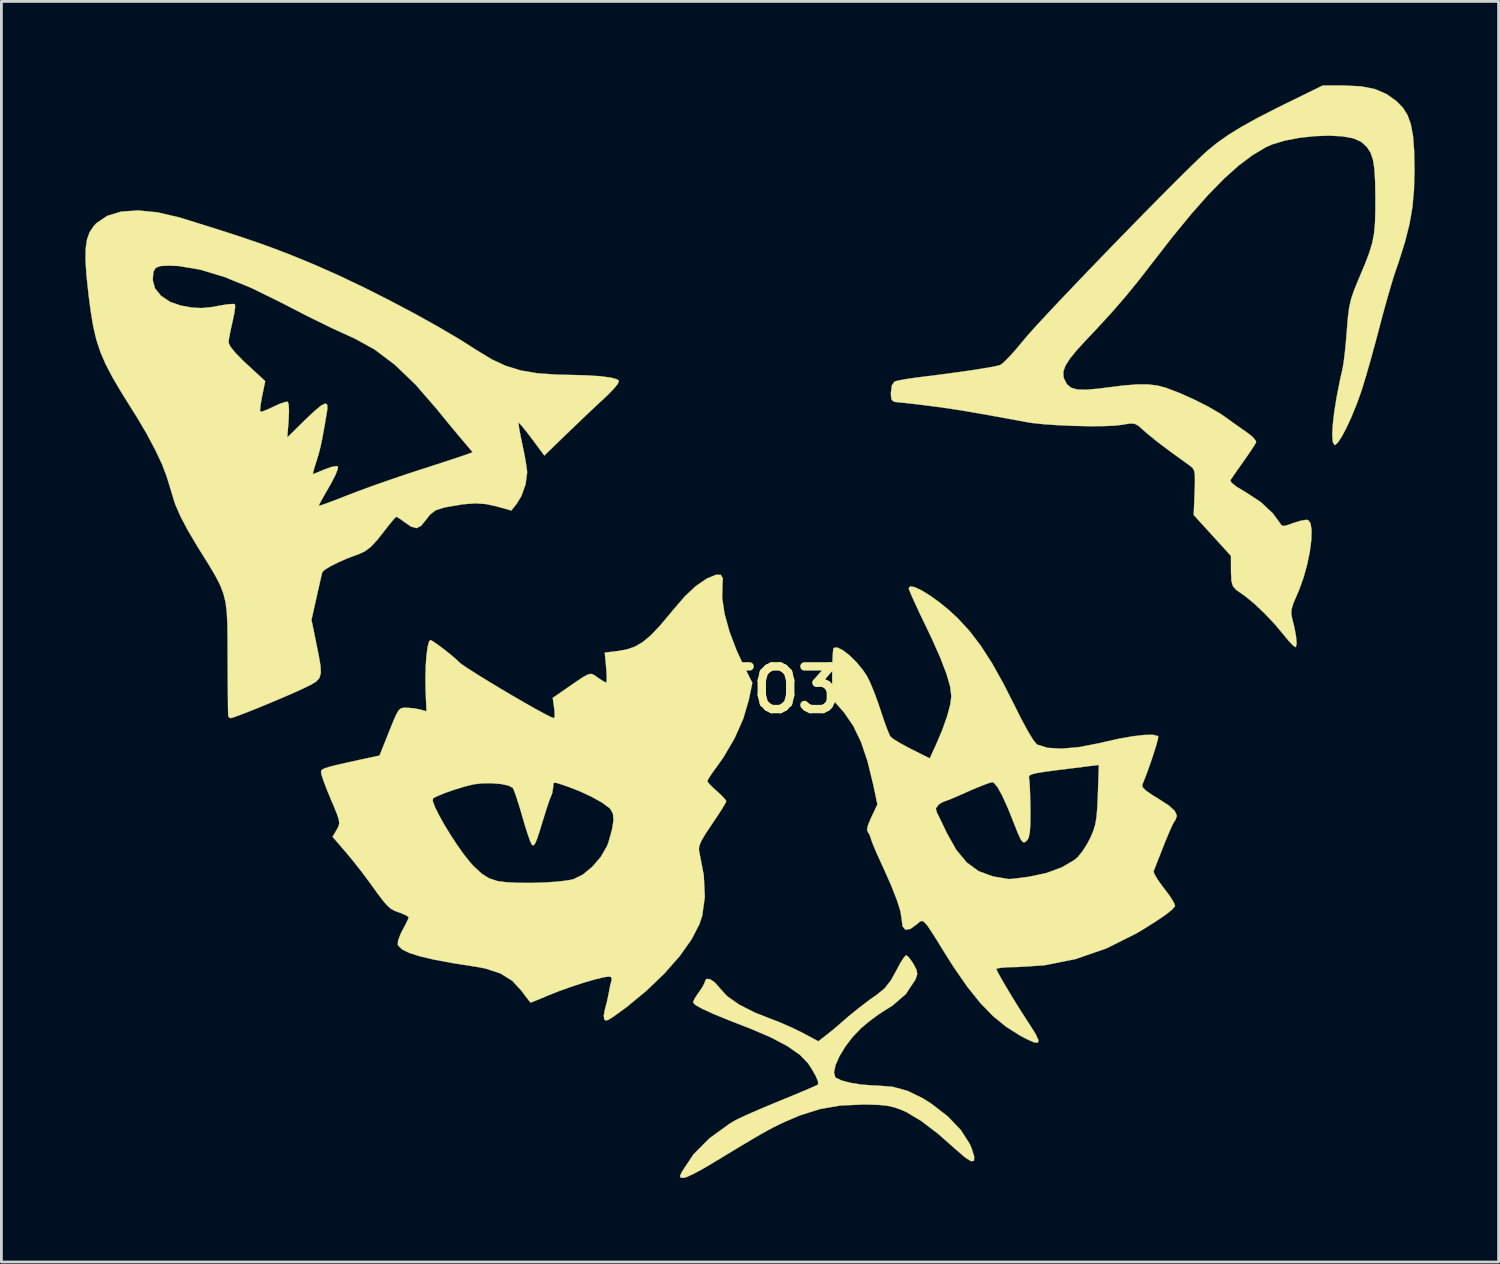
<source format=kicad_pcb>
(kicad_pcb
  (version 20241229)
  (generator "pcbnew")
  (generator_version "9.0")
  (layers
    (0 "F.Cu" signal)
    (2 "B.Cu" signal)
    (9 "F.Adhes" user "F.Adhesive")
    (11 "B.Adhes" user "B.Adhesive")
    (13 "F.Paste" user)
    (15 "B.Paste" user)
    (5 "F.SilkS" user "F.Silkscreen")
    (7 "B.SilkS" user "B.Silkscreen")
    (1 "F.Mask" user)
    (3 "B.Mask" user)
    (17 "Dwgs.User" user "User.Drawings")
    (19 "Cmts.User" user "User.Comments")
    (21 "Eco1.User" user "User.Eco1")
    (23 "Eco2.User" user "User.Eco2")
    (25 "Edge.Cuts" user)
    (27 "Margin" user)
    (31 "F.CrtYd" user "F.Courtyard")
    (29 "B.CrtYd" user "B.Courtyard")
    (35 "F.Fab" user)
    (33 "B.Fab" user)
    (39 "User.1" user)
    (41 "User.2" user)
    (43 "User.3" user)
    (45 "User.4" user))
  (footprint "GATO3"
    (layer "F.Cu")
    (at 23.406 21.595)
    (property "Reference" "GATO3" (at 0 0 0) (layer "F.SilkS") (effects (font (size 1.524 1.524) (thickness 0.3))))
    (attr through_hole)
    (fp_poly (pts (xy 6.005 9.549) (xy 6.13 9.716) (xy 6.18 9.796) (xy 6.292 10.008) (xy 6.317 10.156) (xy 6.264 10.321) (xy 6.241 10.37) (xy 5.909 10.871) (xy 5.431 11.285) (xy 5.221 11.415) (xy 4.918 11.61) (xy 4.576 11.866) (xy 4.309 12.092) (xy 4.006 12.407) (xy 3.743 12.752) (xy 3.535 13.097) (xy 3.396 13.414) (xy 3.342 13.672) (xy 3.388 13.844) (xy 3.409 13.863) (xy 3.613 13.96) (xy 3.936 14.045) (xy 4.328 14.107) (xy 4.739 14.138) (xy 4.848 14.139) (xy 5.431 14.184) (xy 5.966 14.329) (xy 6.508 14.592) (xy 6.826 14.793) (xy 7.414 15.248) (xy 7.875 15.733) (xy 8.192 16.227) (xy 8.259 16.382) (xy 8.35 16.673) (xy 8.345 16.828) (xy 8.244 16.845) (xy 8.046 16.726) (xy 7.748 16.47) (xy 7.742 16.465) (xy 7.059 15.862) (xy 6.458 15.405) (xy 5.937 15.094) (xy 5.766 15.016) (xy 5.513 14.924) (xy 5.259 14.865) (xy 4.956 14.833) (xy 4.553 14.82) (xy 4.359 14.819) (xy 3.565 14.855) (xy 2.843 14.98) (xy 2.127 15.206) (xy 1.572 15.443) (xy 1.371 15.538) (xy 1.176 15.635) (xy 0.967 15.746) (xy 0.723 15.883) (xy 0.421 16.059) (xy 0.041 16.285) (xy -0.44 16.575) (xy -1.042 16.94) (xy -1.083 16.964) (xy -1.421 17.16) (xy -1.72 17.317) (xy -1.942 17.416) (xy -2.037 17.441) (xy -2.147 17.428) (xy -2.154 17.355) (xy -2.084 17.209) (xy -1.676 16.596) (xy -1.114 16.031) (xy -0.393 15.508) (xy -0.213 15.399) (xy -0.036 15.309) (xy 0.264 15.171) (xy 0.654 15.001) (xy 1.1 14.813) (xy 1.402 14.689) (xy 1.843 14.508) (xy 2.227 14.347) (xy 2.528 14.218) (xy 2.719 14.132) (xy 2.774 14.103) (xy 2.772 13.995) (xy 2.685 13.788) (xy 2.529 13.519) (xy 2.414 13.346) (xy 2.127 13.046) (xy 1.683 12.736) (xy 1.095 12.423) (xy 0.377 12.115) (xy 0.276 12.076) (xy -0.425 11.804) (xy -0.969 11.58) (xy -1.358 11.402) (xy -1.598 11.269) (xy -1.692 11.178) (xy -1.693 11.168) (xy -1.646 11.05) (xy -1.527 10.864) (xy -1.482 10.803) (xy -1.348 10.605) (xy -1.275 10.454) (xy -1.27 10.427) (xy -1.219 10.33) (xy -1.093 10.34) (xy -0.93 10.443) (xy -0.77 10.621) (xy -0.755 10.643) (xy -0.475 10.949) (xy -0.047 11.249) (xy 0.509 11.532) (xy 1.005 11.727) (xy 1.416 11.886) (xy 1.859 12.081) (xy 2.217 12.257) (xy 2.782 12.56) (xy 3.063 12.342) (xy 3.29 12.161) (xy 3.488 11.993) (xy 3.517 11.968) (xy 3.855 11.674) (xy 4.244 11.359) (xy 4.623 11.07) (xy 4.896 10.878) (xy 5.154 10.667) (xy 5.373 10.384) (xy 5.554 10.06) (xy 5.701 9.784) (xy 5.828 9.581) (xy 5.911 9.485) (xy 5.919 9.483) (xy 6.005 9.549)) (stroke (width 0.01) (type solid)) (fill yes) (layer "F.SilkS"))
    (fp_poly (pts (xy 6.234 -3.664) (xy 6.477 -3.548) (xy 6.777 -3.363) (xy 7.11 -3.123) (xy 7.454 -2.842) (xy 7.771 -2.549) (xy 8.19 -2.093) (xy 8.592 -1.565) (xy 8.993 -0.942) (xy 9.407 -0.199) (xy 9.777 0.532) (xy 10.042 1.06) (xy 10.27 1.481) (xy 10.452 1.779) (xy 10.58 1.941) (xy 10.607 1.96) (xy 10.972 2.074) (xy 11.471 2.104) (xy 12.092 2.048) (xy 12.823 1.908) (xy 12.969 1.873) (xy 13.523 1.748) (xy 14.019 1.661) (xy 14.433 1.614) (xy 14.739 1.609) (xy 14.911 1.65) (xy 14.925 1.66) (xy 14.917 1.753) (xy 14.86 1.967) (xy 14.768 2.266) (xy 14.653 2.611) (xy 14.525 2.967) (xy 14.398 3.296) (xy 14.359 3.391) (xy 14.371 3.483) (xy 14.491 3.606) (xy 14.736 3.774) (xy 14.941 3.899) (xy 15.306 4.135) (xy 15.52 4.332) (xy 15.594 4.504) (xy 15.537 4.663) (xy 15.504 4.703) (xy 15.443 4.812) (xy 15.338 5.042) (xy 15.207 5.354) (xy 15.113 5.588) (xy 14.977 5.935) (xy 14.862 6.227) (xy 14.784 6.426) (xy 14.76 6.487) (xy 14.792 6.593) (xy 14.911 6.79) (xy 15.092 7.04) (xy 15.145 7.108) (xy 15.338 7.366) (xy 15.474 7.582) (xy 15.529 7.716) (xy 15.527 7.733) (xy 15.418 7.858) (xy 15.177 8.048) (xy 14.824 8.288) (xy 14.377 8.567) (xy 14.139 8.708) (xy 13.075 9.24) (xy 11.975 9.62) (xy 10.859 9.844) (xy 9.897 9.906) (xy 9.563 9.913) (xy 9.306 9.933) (xy 9.162 9.961) (xy 9.144 9.977) (xy 9.187 10.079) (xy 9.304 10.294) (xy 9.477 10.592) (xy 9.689 10.945) (xy 9.922 11.323) (xy 10.159 11.695) (xy 10.338 11.969) (xy 10.549 12.305) (xy 10.647 12.518) (xy 10.626 12.612) (xy 10.481 12.595) (xy 10.207 12.471) (xy 10.002 12.362) (xy 9.503 12.048) (xy 9.035 11.669) (xy 8.58 11.202) (xy 8.118 10.629) (xy 7.632 9.93) (xy 7.295 9.398) (xy 7.02 8.951) (xy 6.817 8.63) (xy 6.673 8.419) (xy 6.57 8.301) (xy 6.492 8.259) (xy 6.425 8.276) (xy 6.351 8.335) (xy 6.32 8.363) (xy 6.071 8.545) (xy 5.895 8.574) (xy 5.791 8.45) (xy 5.757 8.177) (xy 5.715 7.912) (xy 5.59 7.515) (xy 5.389 7.001) (xy 5.116 6.383) (xy 5.048 6.236) (xy 4.888 5.887) (xy 4.76 5.59) (xy 4.678 5.38) (xy 4.657 5.301) (xy 4.602 5.154) (xy 4.56 5.102) (xy 4.522 4.999) (xy 4.563 4.818) (xy 4.678 4.55) (xy 4.827 4.236) (xy 6.981 4.236) (xy 7.012 4.374) (xy 7.087 4.524) (xy 7.209 4.776) (xy 7.354 5.079) (xy 7.372 5.116) (xy 7.712 5.722) (xy 8.087 6.173) (xy 8.511 6.482) (xy 8.998 6.661) (xy 9.123 6.686) (xy 9.37 6.727) (xy 9.543 6.757) (xy 9.582 6.763) (xy 9.688 6.757) (xy 9.916 6.732) (xy 10.222 6.692) (xy 10.292 6.683) (xy 10.921 6.551) (xy 11.476 6.348) (xy 11.919 6.089) (xy 12.049 5.98) (xy 12.215 5.778) (xy 12.396 5.492) (xy 12.51 5.27) (xy 12.609 5.036) (xy 12.677 4.809) (xy 12.721 4.547) (xy 12.75 4.203) (xy 12.77 3.735) (xy 12.77 3.734) (xy 12.806 2.685) (xy 12.308 2.747) (xy 11.674 2.826) (xy 11.188 2.887) (xy 10.832 2.936) (xy 10.585 2.977) (xy 10.429 3.015) (xy 10.343 3.053) (xy 10.31 3.097) (xy 10.308 3.152) (xy 10.319 3.217) (xy 10.333 3.389) (xy 10.347 3.684) (xy 10.357 4.054) (xy 10.361 4.326) (xy 10.359 4.782) (xy 10.338 5.094) (xy 10.296 5.288) (xy 10.252 5.367) (xy 10.166 5.448) (xy 10.089 5.443) (xy 10.006 5.332) (xy 9.899 5.096) (xy 9.794 4.826) (xy 9.559 4.24) (xy 9.355 3.788) (xy 9.184 3.479) (xy 9.051 3.322) (xy 9.001 3.302) (xy 8.87 3.335) (xy 8.628 3.425) (xy 8.313 3.555) (xy 8.118 3.641) (xy 7.79 3.786) (xy 7.52 3.901) (xy 7.346 3.969) (xy 7.302 3.982) (xy 7.191 4.03) (xy 7.085 4.101) (xy 6.981 4.236) (xy 4.827 4.236) (xy 4.893 4.096) (xy 4.743 3.382) (xy 4.539 2.549) (xy 4.305 1.859) (xy 4.03 1.289) (xy 3.704 0.813) (xy 3.532 0.616) (xy 3.417 0.489) (xy 3.343 0.372) (xy 3.301 0.226) (xy 3.281 0.011) (xy 3.277 -0.312) (xy 3.278 -0.552) (xy 3.284 -0.924) (xy 3.296 -1.23) (xy 3.313 -1.432) (xy 3.328 -1.494) (xy 3.455 -1.512) (xy 3.653 -1.417) (xy 3.892 -1.233) (xy 4.144 -0.986) (xy 4.379 -0.7) (xy 4.529 -0.472) (xy 4.642 -0.241) (xy 4.781 0.098) (xy 4.925 0.49) (xy 5.002 0.72) (xy 5.123 1.083) (xy 5.236 1.392) (xy 5.324 1.607) (xy 5.363 1.679) (xy 5.476 1.768) (xy 5.7 1.904) (xy 5.994 2.065) (xy 6.107 2.122) (xy 6.763 2.452) (xy 6.985 1.967) (xy 7.213 1.43) (xy 7.388 0.935) (xy 7.499 0.517) (xy 7.535 0.228) (xy 7.493 -0.111) (xy 7.363 -0.563) (xy 7.144 -1.136) (xy 6.833 -1.837) (xy 6.595 -2.334) (xy 6.395 -2.75) (xy 6.224 -3.117) (xy 6.096 -3.405) (xy 6.023 -3.587) (xy 6.011 -3.632) (xy 6.071 -3.697) (xy 6.234 -3.664)) (stroke (width 0.01) (type solid)) (fill yes) (layer "F.SilkS"))
    (fp_poly (pts (xy 22.178 -21.56) (xy 22.674 -21.461) (xy 23.088 -21.282) (xy 23.437 -21.033) (xy 23.663 -20.804) (xy 23.832 -20.537) (xy 23.952 -20.207) (xy 24.03 -19.787) (xy 24.071 -19.253) (xy 24.083 -18.578) (xy 24.083 -18.542) (xy 24.065 -17.86) (xy 24.008 -17.239) (xy 23.903 -16.633) (xy 23.74 -15.992) (xy 23.512 -15.267) (xy 23.408 -14.968) (xy 23.313 -14.676) (xy 23.19 -14.263) (xy 23.05 -13.77) (xy 22.905 -13.24) (xy 22.808 -12.869) (xy 22.664 -12.325) (xy 22.512 -11.774) (xy 22.366 -11.265) (xy 22.239 -10.842) (xy 22.173 -10.637) (xy 22.007 -10.179) (xy 21.828 -9.743) (xy 21.649 -9.354) (xy 21.482 -9.041) (xy 21.342 -8.829) (xy 21.242 -8.744) (xy 21.226 -8.745) (xy 21.165 -8.852) (xy 21.145 -9.102) (xy 21.164 -9.473) (xy 21.219 -9.945) (xy 21.308 -10.496) (xy 21.429 -11.104) (xy 21.513 -11.472) (xy 21.551 -11.692) (xy 21.593 -12.033) (xy 21.634 -12.445) (xy 21.665 -12.834) (xy 21.703 -13.296) (xy 21.747 -13.646) (xy 21.813 -13.943) (xy 21.912 -14.244) (xy 22.059 -14.607) (xy 22.097 -14.697) (xy 22.314 -15.213) (xy 22.47 -15.624) (xy 22.576 -15.976) (xy 22.64 -16.317) (xy 22.673 -16.696) (xy 22.685 -17.161) (xy 22.686 -17.568) (xy 22.677 -18.159) (xy 22.65 -18.608) (xy 22.598 -18.943) (xy 22.512 -19.193) (xy 22.387 -19.386) (xy 22.214 -19.548) (xy 22.163 -19.587) (xy 21.897 -19.704) (xy 21.506 -19.774) (xy 21.028 -19.799) (xy 20.502 -19.78) (xy 19.964 -19.72) (xy 19.452 -19.622) (xy 19.004 -19.488) (xy 18.77 -19.385) (xy 18.298 -19.103) (xy 17.806 -18.734) (xy 17.286 -18.27) (xy 16.726 -17.699) (xy 16.116 -17.01) (xy 15.445 -16.193) (xy 14.737 -15.282) (xy 14.223 -14.62) (xy 13.745 -14.034) (xy 13.255 -13.47) (xy 12.707 -12.874) (xy 12.428 -12.58) (xy 12.046 -12.167) (xy 11.779 -11.844) (xy 11.615 -11.588) (xy 11.539 -11.38) (xy 11.54 -11.196) (xy 11.563 -11.116) (xy 11.66 -10.922) (xy 11.808 -10.795) (xy 12.032 -10.729) (xy 12.358 -10.72) (xy 12.811 -10.761) (xy 13.039 -10.791) (xy 13.668 -10.87) (xy 14.165 -10.91) (xy 14.563 -10.91) (xy 14.894 -10.871) (xy 15.192 -10.793) (xy 15.199 -10.79) (xy 15.688 -10.604) (xy 16.21 -10.37) (xy 16.711 -10.117) (xy 17.135 -9.871) (xy 17.314 -9.749) (xy 17.62 -9.528) (xy 17.939 -9.304) (xy 18.101 -9.192) (xy 18.299 -9.035) (xy 18.413 -8.899) (xy 18.425 -8.842) (xy 18.359 -8.728) (xy 18.221 -8.517) (xy 18.035 -8.248) (xy 17.972 -8.158) (xy 17.775 -7.88) (xy 17.615 -7.649) (xy 17.517 -7.505) (xy 17.503 -7.485) (xy 17.544 -7.399) (xy 17.719 -7.26) (xy 18.005 -7.086) (xy 18.043 -7.065) (xy 18.586 -6.709) (xy 19.02 -6.306) (xy 19.268 -5.966) (xy 19.332 -5.876) (xy 19.414 -5.851) (xy 19.565 -5.889) (xy 19.758 -5.96) (xy 20.013 -6.039) (xy 20.216 -6.072) (xy 20.28 -6.064) (xy 20.37 -5.945) (xy 20.407 -5.695) (xy 20.396 -5.347) (xy 20.342 -4.93) (xy 20.248 -4.474) (xy 20.119 -4.009) (xy 19.96 -3.566) (xy 19.892 -3.409) (xy 19.756 -3.093) (xy 19.69 -2.873) (xy 19.682 -2.698) (xy 19.714 -2.54) (xy 19.801 -2.188) (xy 19.854 -1.878) (xy 19.871 -1.647) (xy 19.845 -1.531) (xy 19.83 -1.524) (xy 19.74 -1.586) (xy 19.585 -1.75) (xy 19.396 -1.98) (xy 19.396 -1.98) (xy 19.088 -2.347) (xy 18.73 -2.725) (xy 18.365 -3.071) (xy 18.036 -3.343) (xy 17.907 -3.433) (xy 17.709 -3.571) (xy 17.595 -3.703) (xy 17.543 -3.882) (xy 17.528 -4.161) (xy 17.527 -4.276) (xy 17.525 -4.784) (xy 16.86 -5.514) (xy 16.195 -6.244) (xy 16.226 -7.055) (xy 16.238 -7.431) (xy 16.235 -7.677) (xy 16.21 -7.828) (xy 16.156 -7.924) (xy 16.064 -8.002) (xy 16.042 -8.018) (xy 15.413 -8.471) (xy 14.913 -8.847) (xy 14.546 -9.142) (xy 14.393 -9.277) (xy 14.217 -9.434) (xy 14.078 -9.507) (xy 13.909 -9.513) (xy 13.644 -9.469) (xy 13.631 -9.467) (xy 13.346 -9.435) (xy 12.933 -9.419) (xy 12.436 -9.418) (xy 11.895 -9.429) (xy 11.353 -9.453) (xy 10.851 -9.487) (xy 10.431 -9.531) (xy 10.245 -9.56) (xy 9.509 -9.696) (xy 8.911 -9.805) (xy 8.421 -9.891) (xy 8.012 -9.961) (xy 7.654 -10.018) (xy 7.319 -10.068) (xy 6.985 -10.114) (xy 6.567 -10.168) (xy 6.175 -10.215) (xy 5.862 -10.25) (xy 5.715 -10.263) (xy 5.498 -10.288) (xy 5.402 -10.354) (xy 5.377 -10.513) (xy 5.376 -10.616) (xy 5.411 -10.879) (xy 5.503 -11.011) (xy 5.639 -11.049) (xy 5.899 -11.097) (xy 6.239 -11.148) (xy 6.435 -11.173) (xy 7.127 -11.26) (xy 7.761 -11.345) (xy 8.314 -11.425) (xy 8.766 -11.497) (xy 9.093 -11.556) (xy 9.275 -11.601) (xy 9.281 -11.603) (xy 9.403 -11.694) (xy 9.6 -11.891) (xy 9.846 -12.165) (xy 10.115 -12.488) (xy 10.128 -12.504) (xy 10.308 -12.715) (xy 10.593 -13.031) (xy 10.967 -13.434) (xy 11.413 -13.908) (xy 11.917 -14.438) (xy 12.462 -15.008) (xy 13.035 -15.601) (xy 13.617 -16.201) (xy 14.195 -16.793) (xy 14.753 -17.36) (xy 15.274 -17.886) (xy 15.744 -18.356) (xy 16.147 -18.752) (xy 16.467 -19.06) (xy 16.679 -19.255) (xy 17.034 -19.544) (xy 17.431 -19.824) (xy 17.899 -20.113) (xy 18.462 -20.425) (xy 19.146 -20.776) (xy 19.44 -20.921) (xy 20.803 -21.59) (xy 21.562 -21.59) (xy 22.178 -21.56)) (stroke (width 0.01) (type solid)) (fill yes) (layer "F.SilkS"))
    (fp_poly (pts (xy -0.704 -4.106) (xy -0.63 -3.979) (xy -0.641 -3.748) (xy -0.654 -3.282) (xy -0.568 -2.713) (xy -0.39 -2.071) (xy -0.129 -1.385) (xy 0.094 -0.907) (xy 0.424 -0.248) (xy 0.298 0.363) (xy 0.101 1.033) (xy -0.211 1.737) (xy -0.611 2.418) (xy -0.806 2.693) (xy -0.989 2.945) (xy -1.124 3.146) (xy -1.184 3.257) (xy -1.185 3.263) (xy -1.126 3.35) (xy -0.974 3.504) (xy -0.847 3.618) (xy -0.656 3.795) (xy -0.533 3.933) (xy -0.508 3.983) (xy -0.553 4.08) (xy -0.676 4.283) (xy -0.856 4.56) (xy -1.019 4.802) (xy -1.258 5.16) (xy -1.406 5.415) (xy -1.476 5.596) (xy -1.483 5.731) (xy -1.478 5.757) (xy -1.31 6.632) (xy -1.273 7.404) (xy -1.366 8.071) (xy -1.465 8.373) (xy -1.751 8.925) (xy -2.173 9.518) (xy -2.712 10.131) (xy -3.345 10.741) (xy -4.054 11.326) (xy -4.315 11.519) (xy -4.571 11.701) (xy -4.725 11.795) (xy -4.81 11.818) (xy -4.859 11.782) (xy -4.869 11.768) (xy -4.883 11.634) (xy -4.844 11.425) (xy -4.839 11.407) (xy -4.766 11.128) (xy -4.704 10.825) (xy -4.701 10.81) (xy -4.654 10.567) (xy -4.607 10.386) (xy -4.6 10.366) (xy -4.62 10.265) (xy -4.711 10.246) (xy -4.91 10.277) (xy -5.227 10.356) (xy -5.618 10.471) (xy -6.045 10.61) (xy -6.465 10.76) (xy -6.839 10.908) (xy -6.846 10.911) (xy -7.139 11.035) (xy -7.365 11.127) (xy -7.485 11.174) (xy -7.494 11.176) (xy -7.553 11.113) (xy -7.679 10.95) (xy -7.815 10.764) (xy -8.152 10.399) (xy -8.575 10.135) (xy -9.113 9.959) (xy -9.457 9.895) (xy -10.277 9.767) (xy -10.938 9.644) (xy -11.453 9.524) (xy -11.831 9.403) (xy -12.084 9.28) (xy -12.222 9.15) (xy -12.244 9.108) (xy -12.233 8.965) (xy -12.151 8.74) (xy -12.073 8.585) (xy -11.95 8.353) (xy -11.87 8.184) (xy -11.853 8.131) (xy -11.926 8.07) (xy -12.108 7.988) (xy -12.199 7.956) (xy -12.351 7.901) (xy -12.479 7.831) (xy -12.606 7.724) (xy -12.756 7.554) (xy -12.951 7.299) (xy -13.216 6.933) (xy -13.27 6.858) (xy -13.535 6.503) (xy -13.845 6.109) (xy -14.119 5.78) (xy -14.574 5.253) (xy -14.426 5.002) (xy -14.363 4.885) (xy -14.335 4.778) (xy -14.349 4.646) (xy -14.412 4.45) (xy -14.531 4.157) (xy -14.608 3.978) (xy -10.993 3.978) (xy -10.917 4.186) (xy -10.774 4.475) (xy -10.582 4.819) (xy -10.357 5.188) (xy -10.115 5.557) (xy -9.873 5.896) (xy -9.648 6.179) (xy -9.526 6.312) (xy -9.237 6.575) (xy -8.98 6.736) (xy -8.695 6.831) (xy -8.678 6.835) (xy -8.376 6.876) (xy -7.958 6.897) (xy -7.475 6.9) (xy -6.977 6.885) (xy -6.516 6.853) (xy -6.14 6.806) (xy -5.969 6.769) (xy -5.631 6.603) (xy -5.29 6.32) (xy -4.987 5.966) (xy -4.768 5.586) (xy -4.717 5.451) (xy -4.59 4.998) (xy -4.536 4.668) (xy -4.555 4.432) (xy -4.647 4.262) (xy -4.683 4.224) (xy -4.935 4.038) (xy -5.302 3.831) (xy -5.738 3.627) (xy -6.171 3.46) (xy -6.451 3.364) (xy -6.607 3.32) (xy -6.674 3.329) (xy -6.689 3.392) (xy -6.689 3.472) (xy -6.726 3.694) (xy -6.763 3.79) (xy -6.823 3.939) (xy -6.912 4.2) (xy -7.012 4.519) (xy -7.028 4.572) (xy -7.161 5.006) (xy -7.257 5.3) (xy -7.328 5.474) (xy -7.382 5.551) (xy -7.43 5.554) (xy -7.453 5.535) (xy -7.507 5.425) (xy -7.592 5.188) (xy -7.697 4.86) (xy -7.793 4.529) (xy -7.905 4.15) (xy -8.008 3.827) (xy -8.09 3.598) (xy -8.135 3.505) (xy -8.287 3.424) (xy -8.556 3.367) (xy -8.894 3.339) (xy -9.248 3.344) (xy -9.528 3.378) (xy -9.837 3.453) (xy -10.198 3.562) (xy -10.553 3.686) (xy -10.845 3.806) (xy -10.986 3.879) (xy -10.993 3.978) (xy -14.608 3.978) (xy -14.632 3.92) (xy -14.779 3.564) (xy -14.896 3.256) (xy -14.969 3.034) (xy -14.986 2.949) (xy -14.979 2.897) (xy -14.945 2.852) (xy -14.86 2.808) (xy -14.705 2.757) (xy -14.457 2.693) (xy -14.095 2.61) (xy -13.596 2.501) (xy -13.37 2.452) (xy -12.896 2.35) (xy -12.554 1.492) (xy -12.402 1.117) (xy -12.293 0.871) (xy -12.206 0.728) (xy -12.121 0.66) (xy -12.018 0.641) (xy -11.927 0.641) (xy -11.656 0.664) (xy -11.43 0.708) (xy -11.218 0.77) (xy -11.249 0.038) (xy -11.256 -0.414) (xy -11.245 -0.849) (xy -11.217 -1.234) (xy -11.176 -1.537) (xy -11.125 -1.728) (xy -11.079 -1.778) (xy -10.984 -1.729) (xy -10.803 -1.603) (xy -10.578 -1.434) (xy -10.352 -1.255) (xy -10.168 -1.098) (xy -10.075 -1.006) (xy -9.966 -0.916) (xy -9.738 -0.761) (xy -9.417 -0.556) (xy -9.031 -0.318) (xy -8.604 -0.06) (xy -8.164 0.201) (xy -7.735 0.45) (xy -7.345 0.671) (xy -7.018 0.849) (xy -6.782 0.969) (xy -6.661 1.016) (xy -6.659 1.016) (xy -6.638 0.941) (xy -6.645 0.754) (xy -6.657 0.653) (xy -6.707 0.29) (xy -6.222 -0.046) (xy -5.867 -0.291) (xy -5.623 -0.453) (xy -5.46 -0.542) (xy -5.347 -0.569) (xy -5.256 -0.544) (xy -5.156 -0.478) (xy -5.101 -0.438) (xy -4.921 -0.318) (xy -4.806 -0.256) (xy -4.795 -0.254) (xy -4.778 -0.331) (xy -4.78 -0.531) (xy -4.798 -0.791) (xy -4.848 -1.328) (xy -4.419 -1.379) (xy -4.077 -1.438) (xy -3.778 -1.539) (xy -3.496 -1.701) (xy -3.205 -1.943) (xy -2.879 -2.286) (xy -2.491 -2.747) (xy -2.415 -2.841) (xy -1.984 -3.34) (xy -1.597 -3.704) (xy -1.231 -3.954) (xy -1.168 -3.988) (xy -0.88 -4.107) (xy -0.704 -4.106)) (stroke (width 0.01) (type solid)) (fill yes) (layer "F.SilkS"))
    (fp_poly (pts (xy -20.833 -17.059) (xy -20.068 -16.882) (xy -19.939 -16.843) (xy -19.068 -16.572) (xy -18.331 -16.338) (xy -17.7 -16.13) (xy -17.145 -15.94) (xy -16.637 -15.755) (xy -16.149 -15.568) (xy -15.651 -15.367) (xy -15.115 -15.142) (xy -15.113 -15.141) (xy -14.297 -14.777) (xy -13.415 -14.356) (xy -12.505 -13.896) (xy -11.606 -13.42) (xy -10.755 -12.945) (xy -9.992 -12.494) (xy -9.432 -12.138) (xy -8.896 -11.811) (xy -8.382 -11.572) (xy -7.85 -11.408) (xy -7.256 -11.308) (xy -6.558 -11.26) (xy -6.186 -11.252) (xy -5.529 -11.236) (xy -5.006 -11.203) (xy -4.628 -11.153) (xy -4.402 -11.088) (xy -4.34 -11.032) (xy -4.383 -10.932) (xy -4.527 -10.754) (xy -4.745 -10.53) (xy -4.841 -10.439) (xy -5.118 -10.182) (xy -5.47 -9.85) (xy -5.85 -9.488) (xy -6.192 -9.159) (xy -7.007 -8.37) (xy -7.453 -8.97) (xy -7.654 -9.233) (xy -7.815 -9.431) (xy -7.912 -9.534) (xy -7.929 -9.541) (xy -7.924 -9.451) (xy -7.889 -9.235) (xy -7.828 -8.93) (xy -7.791 -8.756) (xy -7.715 -8.389) (xy -7.657 -8.057) (xy -7.625 -7.815) (xy -7.622 -7.757) (xy -7.677 -7.343) (xy -7.826 -6.924) (xy -7.999 -6.641) (xy -8.187 -6.405) (xy -8.721 -6.555) (xy -9.093 -6.635) (xy -9.471 -6.661) (xy -9.902 -6.629) (xy -10.433 -6.54) (xy -10.597 -6.507) (xy -10.884 -6.417) (xy -11.089 -6.262) (xy -11.222 -6.091) (xy -11.409 -5.859) (xy -11.575 -5.774) (xy -11.768 -5.83) (xy -11.973 -5.969) (xy -12.156 -6.101) (xy -12.278 -6.175) (xy -12.296 -6.181) (xy -12.365 -6.118) (xy -12.505 -5.953) (xy -12.688 -5.72) (xy -12.708 -5.694) (xy -12.984 -5.344) (xy -13.207 -5.106) (xy -13.415 -4.95) (xy -13.644 -4.843) (xy -13.716 -4.818) (xy -14.036 -4.699) (xy -14.36 -4.558) (xy -14.645 -4.414) (xy -14.852 -4.289) (xy -14.941 -4.203) (xy -14.97 -4.083) (xy -15.026 -3.838) (xy -15.1 -3.511) (xy -15.147 -3.302) (xy -15.327 -2.498) (xy -15.156 -1.664) (xy -15.059 -1.18) (xy -15.001 -0.832) (xy -14.994 -0.587) (xy -15.045 -0.417) (xy -15.164 -0.289) (xy -15.361 -0.172) (xy -15.642 -0.037) (xy -15.942 0.1) (xy -16.312 0.261) (xy -16.721 0.434) (xy -17.136 0.606) (xy -17.526 0.763) (xy -17.858 0.892) (xy -18.101 0.981) (xy -18.222 1.016) (xy -18.224 1.016) (xy -18.302 0.953) (xy -18.302 0.953) (xy -18.306 0.853) (xy -18.31 0.609) (xy -18.314 0.244) (xy -18.318 -0.219) (xy -18.321 -0.754) (xy -18.323 -1.143) (xy -18.325 -1.811) (xy -18.332 -2.342) (xy -18.353 -2.767) (xy -18.396 -3.119) (xy -18.471 -3.427) (xy -18.584 -3.726) (xy -18.747 -4.046) (xy -18.966 -4.419) (xy -19.251 -4.877) (xy -19.414 -5.138) (xy -19.742 -5.691) (xy -20.007 -6.194) (xy -20.189 -6.612) (xy -20.235 -6.747) (xy -20.338 -7.088) (xy -20.436 -7.408) (xy -20.501 -7.62) (xy -20.662 -8.047) (xy -20.909 -8.572) (xy -21.222 -9.159) (xy -21.584 -9.77) (xy -21.696 -9.948) (xy -22.105 -10.601) (xy -22.429 -11.149) (xy -22.68 -11.629) (xy -22.871 -12.072) (xy -23.015 -12.514) (xy -23.126 -12.988) (xy -23.216 -13.528) (xy -23.294 -14.132) (xy -23.347 -14.632) (xy -20.997 -14.632) (xy -20.918 -14.342) (xy -20.701 -14.075) (xy -20.378 -13.86) (xy -19.997 -13.727) (xy -19.599 -13.656) (xy -19.263 -13.638) (xy -18.905 -13.672) (xy -18.596 -13.728) (xy -18.328 -13.772) (xy -18.132 -13.786) (xy -18.062 -13.773) (xy -18.055 -13.67) (xy -18.085 -13.451) (xy -18.146 -13.161) (xy -18.149 -13.147) (xy -18.22 -12.832) (xy -18.271 -12.563) (xy -18.29 -12.404) (xy -18.226 -12.263) (xy -18.045 -12.039) (xy -17.763 -11.751) (xy -17.635 -11.631) (xy -16.98 -11.028) (xy -17.089 -10.5) (xy -17.139 -10.222) (xy -17.164 -10.016) (xy -17.159 -9.934) (xy -17.069 -9.948) (xy -16.876 -10.024) (xy -16.685 -10.115) (xy -16.437 -10.227) (xy -16.247 -10.287) (xy -16.173 -10.288) (xy -16.142 -10.187) (xy -16.131 -9.963) (xy -16.142 -9.663) (xy -16.144 -9.629) (xy -16.191 -9.017) (xy -15.566 -9.631) (xy -15.229 -9.951) (xy -14.991 -10.148) (xy -14.842 -10.227) (xy -14.768 -10.194) (xy -14.758 -10.053) (xy -14.769 -9.97) (xy -14.859 -9.432) (xy -14.933 -9.026) (xy -14.997 -8.715) (xy -15.06 -8.461) (xy -15.129 -8.229) (xy -15.147 -8.174) (xy -15.226 -7.924) (xy -15.272 -7.754) (xy -15.278 -7.705) (xy -15.194 -7.735) (xy -15.003 -7.813) (xy -14.852 -7.877) (xy -14.612 -7.962) (xy -14.434 -7.993) (xy -14.38 -7.979) (xy -14.389 -7.88) (xy -14.472 -7.674) (xy -14.612 -7.398) (xy -14.691 -7.26) (xy -14.86 -6.968) (xy -14.99 -6.734) (xy -15.062 -6.596) (xy -15.071 -6.574) (xy -14.997 -6.589) (xy -14.796 -6.658) (xy -14.498 -6.769) (xy -14.131 -6.913) (xy -14.076 -6.935) (xy -13.652 -7.098) (xy -13.118 -7.293) (xy -12.526 -7.5) (xy -11.93 -7.703) (xy -11.557 -7.825) (xy -11.061 -7.985) (xy -10.608 -8.133) (xy -10.226 -8.258) (xy -9.946 -8.351) (xy -9.801 -8.401) (xy -9.568 -8.487) (xy -9.972 -8.964) (xy -10.226 -9.267) (xy -10.527 -9.632) (xy -10.815 -9.986) (xy -10.856 -10.036) (xy -11.61 -10.904) (xy -12.346 -11.61) (xy -13.069 -12.157) (xy -13.785 -12.551) (xy -13.805 -12.559) (xy -14.622 -12.933) (xy -15.508 -13.368) (xy -16.418 -13.839) (xy -17.481 -14.36) (xy -18.441 -14.751) (xy -19.299 -15.01) (xy -20.058 -15.139) (xy -20.401 -15.155) (xy -20.713 -15.141) (xy -20.893 -15.077) (xy -20.976 -14.932) (xy -20.997 -14.674) (xy -20.997 -14.632) (xy -23.347 -14.632) (xy -23.366 -14.81) (xy -23.401 -15.346) (xy -23.395 -15.765) (xy -23.347 -16.091) (xy -23.254 -16.349) (xy -23.112 -16.563) (xy -23.007 -16.676) (xy -22.625 -16.933) (xy -22.126 -17.084) (xy -21.524 -17.126) (xy -20.833 -17.059)) (stroke (width 0.01) (type solid)) (fill yes) (layer "F.SilkS")))
  (gr_rect
    (start -3 -3)
    (end 50.494 42.041)
    (stroke (width 0.1) (type default))
    (fill no)
    (layer "Edge.Cuts")))
</source>
